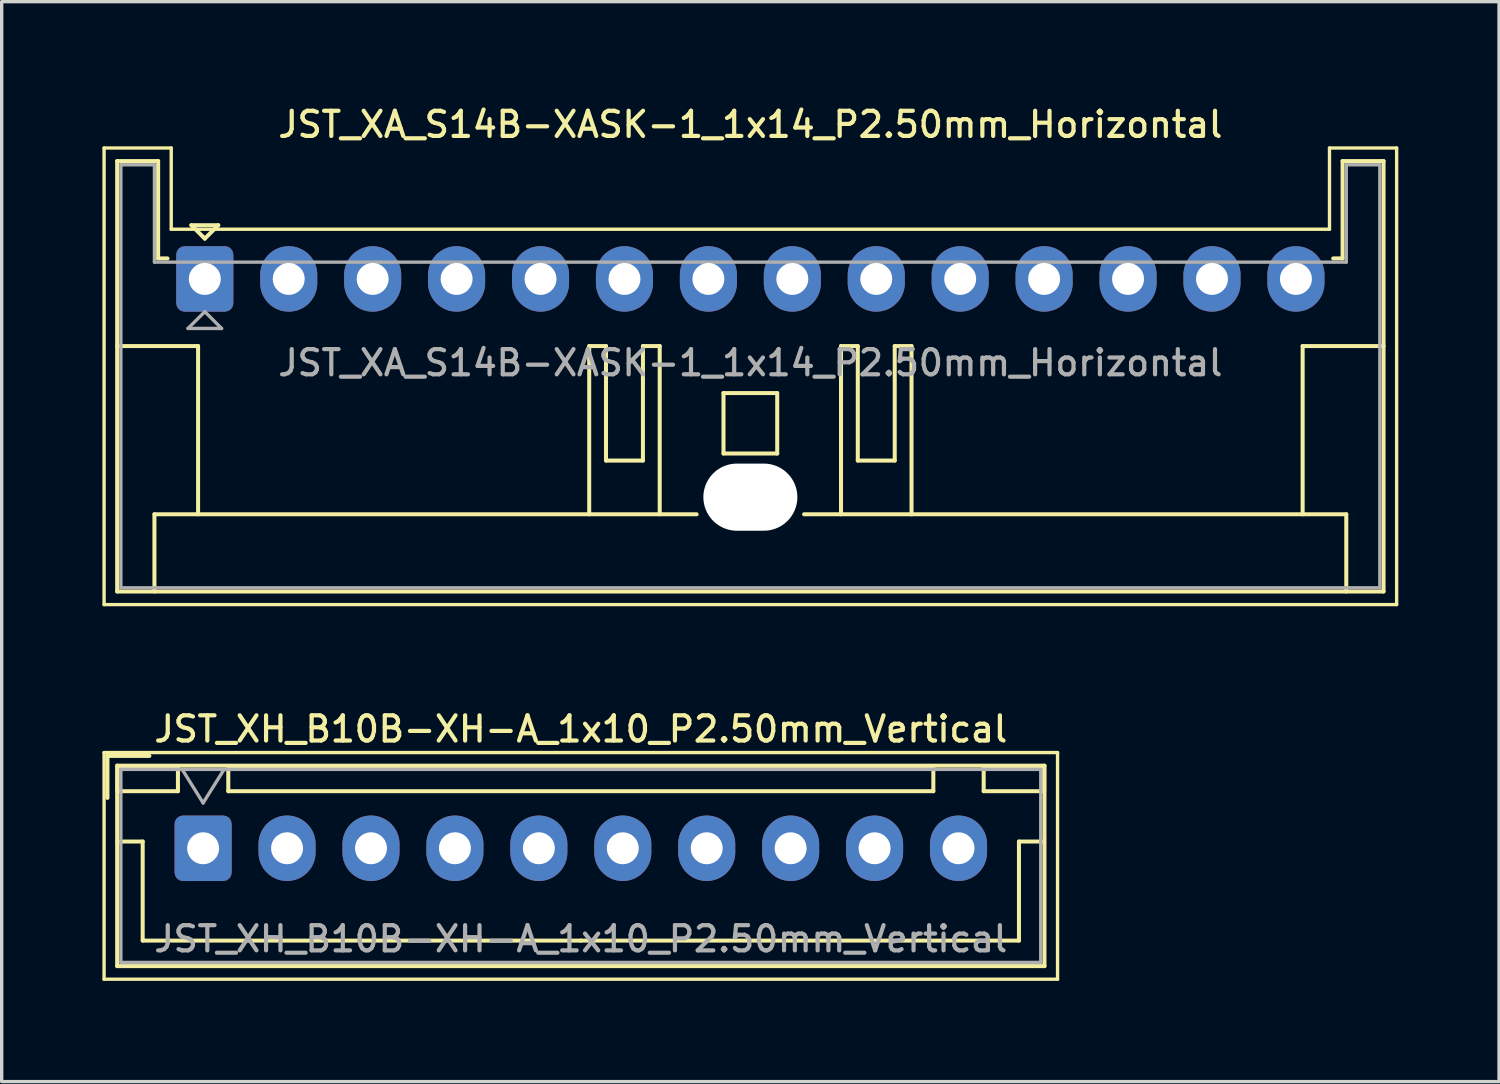
<source format=kicad_pcb>
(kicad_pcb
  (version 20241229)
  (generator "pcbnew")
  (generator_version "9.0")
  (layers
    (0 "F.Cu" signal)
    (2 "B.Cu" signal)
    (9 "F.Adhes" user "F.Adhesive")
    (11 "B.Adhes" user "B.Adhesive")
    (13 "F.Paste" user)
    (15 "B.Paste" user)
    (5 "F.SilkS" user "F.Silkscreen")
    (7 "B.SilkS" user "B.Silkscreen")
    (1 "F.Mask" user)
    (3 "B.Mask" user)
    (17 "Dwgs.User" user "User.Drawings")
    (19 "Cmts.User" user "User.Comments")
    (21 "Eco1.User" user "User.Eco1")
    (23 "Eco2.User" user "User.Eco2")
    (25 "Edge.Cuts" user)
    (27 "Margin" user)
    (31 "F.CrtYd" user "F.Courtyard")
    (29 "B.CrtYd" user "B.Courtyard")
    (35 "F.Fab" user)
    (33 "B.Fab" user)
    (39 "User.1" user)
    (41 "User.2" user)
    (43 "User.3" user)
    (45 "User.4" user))
  (footprint "JST_XH_B10B-XH-A_1x10_P2.50mm_Vertical"
    (layer "F.Cu")
    (at 3 22.216)
    (property "Reference" "JST_XH_B10B-XH-A_1x10_P2.50mm_Vertical" (at 11.25 -3.55 0) (layer "F.SilkS") (effects (font (size 0.75 0.75) (thickness 0.125))))
    (attr through_hole)
    (fp_line (start -2.95 -2.85) (end -2.95 3.9) (stroke (width 0.1) (type solid)) (layer "F.SilkS"))
    (fp_line (start -2.95 3.9) (end 25.45 3.9) (stroke (width 0.1) (type solid)) (layer "F.SilkS"))
    (fp_line (start -2.85 -2.75) (end -2.85 -1.5) (stroke (width 0.12) (type solid)) (layer "F.SilkS"))
    (fp_line (start -2.56 -2.46) (end -2.56 3.51) (stroke (width 0.12) (type solid)) (layer "F.SilkS"))
    (fp_line (start -2.56 3.51) (end 25.06 3.51) (stroke (width 0.12) (type solid)) (layer "F.SilkS"))
    (fp_line (start -2.55 -2.45) (end -2.55 -1.7) (stroke (width 0.12) (type solid)) (layer "F.SilkS"))
    (fp_line (start -2.55 -1.7) (end -0.75 -1.7) (stroke (width 0.12) (type solid)) (layer "F.SilkS"))
    (fp_line (start -2.55 -0.2) (end -1.8 -0.2) (stroke (width 0.12) (type solid)) (layer "F.SilkS"))
    (fp_line (start -1.8 -0.2) (end -1.8 2.75) (stroke (width 0.12) (type solid)) (layer "F.SilkS"))
    (fp_line (start -1.8 2.75) (end 11.25 2.75) (stroke (width 0.12) (type solid)) (layer "F.SilkS"))
    (fp_line (start -1.6 -2.75) (end -2.85 -2.75) (stroke (width 0.12) (type solid)) (layer "F.SilkS"))
    (fp_line (start -0.75 -2.45) (end -2.55 -2.45) (stroke (width 0.12) (type solid)) (layer "F.SilkS"))
    (fp_line (start -0.75 -1.7) (end -0.75 -2.45) (stroke (width 0.12) (type solid)) (layer "F.SilkS"))
    (fp_line (start 0.75 -2.45) (end 0.75 -1.7) (stroke (width 0.12) (type solid)) (layer "F.SilkS"))
    (fp_line (start 0.75 -1.7) (end 21.75 -1.7) (stroke (width 0.12) (type solid)) (layer "F.SilkS"))
    (fp_line (start 21.75 -2.45) (end 0.75 -2.45) (stroke (width 0.12) (type solid)) (layer "F.SilkS"))
    (fp_line (start 21.75 -1.7) (end 21.75 -2.45) (stroke (width 0.12) (type solid)) (layer "F.SilkS"))
    (fp_line (start 23.25 -2.45) (end 23.25 -1.7) (stroke (width 0.12) (type solid)) (layer "F.SilkS"))
    (fp_line (start 23.25 -1.7) (end 25.05 -1.7) (stroke (width 0.12) (type solid)) (layer "F.SilkS"))
    (fp_line (start 24.3 -0.2) (end 24.3 2.75) (stroke (width 0.12) (type solid)) (layer "F.SilkS"))
    (fp_line (start 24.3 2.75) (end 11.25 2.75) (stroke (width 0.12) (type solid)) (layer "F.SilkS"))
    (fp_line (start 25.05 -2.45) (end 23.25 -2.45) (stroke (width 0.12) (type solid)) (layer "F.SilkS"))
    (fp_line (start 25.05 -1.7) (end 25.05 -2.45) (stroke (width 0.12) (type solid)) (layer "F.SilkS"))
    (fp_line (start 25.05 -0.2) (end 24.3 -0.2) (stroke (width 0.12) (type solid)) (layer "F.SilkS"))
    (fp_line (start 25.06 -2.46) (end -2.56 -2.46) (stroke (width 0.12) (type solid)) (layer "F.SilkS"))
    (fp_line (start 25.06 3.51) (end 25.06 -2.46) (stroke (width 0.12) (type solid)) (layer "F.SilkS"))
    (fp_line (start 25.45 -2.85) (end -2.95 -2.85) (stroke (width 0.1) (type solid)) (layer "F.SilkS"))
    (fp_line (start 25.45 3.9) (end 25.45 -2.85) (stroke (width 0.1) (type solid)) (layer "F.SilkS"))
    (fp_line (start -2.45 -2.35) (end -2.45 3.4) (stroke (width 0.1) (type solid)) (layer "F.Fab"))
    (fp_line (start -2.45 3.4) (end 24.95 3.4) (stroke (width 0.1) (type solid)) (layer "F.Fab"))
    (fp_line (start -0.625 -2.35) (end 0 -1.35) (stroke (width 0.1) (type solid)) (layer "F.Fab"))
    (fp_line (start 0 -1.35) (end 0.625 -2.35) (stroke (width 0.1) (type solid)) (layer "F.Fab"))
    (fp_line (start 24.95 -2.35) (end -2.45 -2.35) (stroke (width 0.1) (type solid)) (layer "F.Fab"))
    (fp_line (start 24.95 3.4) (end 24.95 -2.35) (stroke (width 0.1) (type solid)) (layer "F.Fab"))
    (fp_text user "${REFERENCE}" (at 11.25 2.7 0) (layer "F.Fab") (effects (font (size 0.75 0.75) (thickness 0.125))))
    (pad "1" thru_hole roundrect (at 0 0) (size 1.7 1.95) (drill 0.95) (layers "*.Cu" "*.Mask") (roundrect_rratio 0.147))
    (pad "2" thru_hole oval (at 2.5 0) (size 1.7 1.95) (drill 0.95) (layers "*.Cu" "*.Mask"))
    (pad "3" thru_hole oval (at 5 0) (size 1.7 1.95) (drill 0.95) (layers "*.Cu" "*.Mask"))
    (pad "4" thru_hole oval (at 7.5 0) (size 1.7 1.95) (drill 0.95) (layers "*.Cu" "*.Mask"))
    (pad "5" thru_hole oval (at 10 0) (size 1.7 1.95) (drill 0.95) (layers "*.Cu" "*.Mask"))
    (pad "6" thru_hole oval (at 12.5 0) (size 1.7 1.95) (drill 0.95) (layers "*.Cu" "*.Mask"))
    (pad "7" thru_hole oval (at 15 0) (size 1.7 1.95) (drill 0.95) (layers "*.Cu" "*.Mask"))
    (pad "8" thru_hole oval (at 17.5 0) (size 1.7 1.95) (drill 0.95) (layers "*.Cu" "*.Mask"))
    (pad "9" thru_hole oval (at 20 0) (size 1.7 1.95) (drill 0.95) (layers "*.Cu" "*.Mask"))
    (pad "10" thru_hole oval (at 22.5 0) (size 1.7 1.95) (drill 0.95) (layers "*.Cu" "*.Mask")))
  (footprint "JST_XA_S14B-XASK-1_1x14_P2.50mm_Horizontal"
    (layer "F.Cu")
    (at 3.05 5.258)
    (property "Reference" "JST_XA_S14B-XASK-1_1x14_P2.50mm_Horizontal" (at 16.25 -4.6 0) (layer "F.SilkS") (effects (font (size 0.75 0.75) (thickness 0.125))))
    (attr through_hole)
    (fp_line (start -3 -3.9) (end -3 9.7) (stroke (width 0.1) (type solid)) (layer "F.SilkS"))
    (fp_line (start -3 9.7) (end 35.5 9.7) (stroke (width 0.1) (type solid)) (layer "F.SilkS"))
    (fp_line (start -2.61 -3.51) (end -2.61 9.31) (stroke (width 0.12) (type solid)) (layer "F.SilkS"))
    (fp_line (start -2.61 9.31) (end 35.11 9.31) (stroke (width 0.12) (type solid)) (layer "F.SilkS"))
    (fp_line (start -1.5 7.01) (end 14.65 7.01) (stroke (width 0.12) (type solid)) (layer "F.SilkS"))
    (fp_line (start -1.5 9.31) (end -1.5 7.01) (stroke (width 0.12) (type solid)) (layer "F.SilkS"))
    (fp_line (start -1.39 -3.51) (end -2.61 -3.51) (stroke (width 0.12) (type solid)) (layer "F.SilkS"))
    (fp_line (start -1.39 -0.61) (end -1.39 -3.51) (stroke (width 0.12) (type solid)) (layer "F.SilkS"))
    (fp_line (start -1.11 -0.61) (end -1.39 -0.61) (stroke (width 0.12) (type solid)) (layer "F.SilkS"))
    (fp_line (start -1 -3.9) (end -3 -3.9) (stroke (width 0.1) (type solid)) (layer "F.SilkS"))
    (fp_line (start -1 -1.48) (end -1 -3.9) (stroke (width 0.1) (type solid)) (layer "F.SilkS"))
    (fp_line (start -0.4 -1.6) (end 0.4 -1.6) (stroke (width 0.12) (type solid)) (layer "F.SilkS"))
    (fp_line (start -0.2 2) (end -2.61 2) (stroke (width 0.12) (type solid)) (layer "F.SilkS"))
    (fp_line (start -0.2 7.01) (end -0.2 2) (stroke (width 0.12) (type solid)) (layer "F.SilkS"))
    (fp_line (start 0 -1.2) (end -0.4 -1.6) (stroke (width 0.12) (type solid)) (layer "F.SilkS"))
    (fp_line (start 0.4 -1.6) (end 0 -1.2) (stroke (width 0.12) (type solid)) (layer "F.SilkS"))
    (fp_line (start 11.45 2) (end 11.45 7.01) (stroke (width 0.12) (type solid)) (layer "F.SilkS"))
    (fp_line (start 11.95 2) (end 11.45 2) (stroke (width 0.12) (type solid)) (layer "F.SilkS"))
    (fp_line (start 11.95 5.41) (end 11.95 2) (stroke (width 0.12) (type solid)) (layer "F.SilkS"))
    (fp_line (start 13.05 2) (end 13.05 5.41) (stroke (width 0.12) (type solid)) (layer "F.SilkS"))
    (fp_line (start 13.05 5.41) (end 11.95 5.41) (stroke (width 0.12) (type solid)) (layer "F.SilkS"))
    (fp_line (start 13.55 2) (end 13.05 2) (stroke (width 0.12) (type solid)) (layer "F.SilkS"))
    (fp_line (start 13.55 7.01) (end 13.55 2) (stroke (width 0.12) (type solid)) (layer "F.SilkS"))
    (fp_line (start 15.45 3.4) (end 17.05 3.4) (stroke (width 0.12) (type solid)) (layer "F.SilkS"))
    (fp_line (start 15.45 5.2) (end 15.45 3.4) (stroke (width 0.12) (type solid)) (layer "F.SilkS"))
    (fp_line (start 17.05 3.4) (end 17.05 5.2) (stroke (width 0.12) (type solid)) (layer "F.SilkS"))
    (fp_line (start 17.05 5.2) (end 15.45 5.2) (stroke (width 0.12) (type solid)) (layer "F.SilkS"))
    (fp_line (start 17.85 7.01) (end 34 7.01) (stroke (width 0.12) (type solid)) (layer "F.SilkS"))
    (fp_line (start 18.95 2) (end 19.45 2) (stroke (width 0.12) (type solid)) (layer "F.SilkS"))
    (fp_line (start 18.95 7.01) (end 18.95 2) (stroke (width 0.12) (type solid)) (layer "F.SilkS"))
    (fp_line (start 19.45 2) (end 19.45 5.41) (stroke (width 0.12) (type solid)) (layer "F.SilkS"))
    (fp_line (start 19.45 5.41) (end 20.55 5.41) (stroke (width 0.12) (type solid)) (layer "F.SilkS"))
    (fp_line (start 20.55 2) (end 21.05 2) (stroke (width 0.12) (type solid)) (layer "F.SilkS"))
    (fp_line (start 20.55 5.41) (end 20.55 2) (stroke (width 0.12) (type solid)) (layer "F.SilkS"))
    (fp_line (start 21.05 2) (end 21.05 7.01) (stroke (width 0.12) (type solid)) (layer "F.SilkS"))
    (fp_line (start 32.7 2) (end 35.11 2) (stroke (width 0.12) (type solid)) (layer "F.SilkS"))
    (fp_line (start 32.7 7.01) (end 32.7 2) (stroke (width 0.12) (type solid)) (layer "F.SilkS"))
    (fp_line (start 33.5 -3.9) (end 33.5 -1.48) (stroke (width 0.1) (type solid)) (layer "F.SilkS"))
    (fp_line (start 33.5 -1.48) (end -1 -1.48) (stroke (width 0.1) (type solid)) (layer "F.SilkS"))
    (fp_line (start 33.89 -3.51) (end 33.89 -0.61) (stroke (width 0.12) (type solid)) (layer "F.SilkS"))
    (fp_line (start 33.89 -0.61) (end 33.61 -0.61) (stroke (width 0.12) (type solid)) (layer "F.SilkS"))
    (fp_line (start 34 7.01) (end 34 9.31) (stroke (width 0.12) (type solid)) (layer "F.SilkS"))
    (fp_line (start 35.11 -3.51) (end 33.89 -3.51) (stroke (width 0.12) (type solid)) (layer "F.SilkS"))
    (fp_line (start 35.11 9.31) (end 35.11 -3.51) (stroke (width 0.12) (type solid)) (layer "F.SilkS"))
    (fp_line (start 35.5 -3.9) (end 33.5 -3.9) (stroke (width 0.1) (type solid)) (layer "F.SilkS"))
    (fp_line (start 35.5 9.7) (end 35.5 -3.9) (stroke (width 0.1) (type solid)) (layer "F.SilkS"))
    (fp_line (start -2.5 -3.4) (end -2.5 9.2) (stroke (width 0.1) (type solid)) (layer "F.Fab"))
    (fp_line (start -2.5 9.2) (end 35 9.2) (stroke (width 0.1) (type solid)) (layer "F.Fab"))
    (fp_line (start -1.5 -3.4) (end -2.5 -3.4) (stroke (width 0.1) (type solid)) (layer "F.Fab"))
    (fp_line (start -1.5 -0.5) (end -1.5 -3.4) (stroke (width 0.1) (type solid)) (layer "F.Fab"))
    (fp_line (start -0.5 1.475) (end 0.5 1.475) (stroke (width 0.1) (type solid)) (layer "F.Fab"))
    (fp_line (start 0 0.975) (end -0.5 1.475) (stroke (width 0.1) (type solid)) (layer "F.Fab"))
    (fp_line (start 0.5 1.475) (end 0 0.975) (stroke (width 0.1) (type solid)) (layer "F.Fab"))
    (fp_line (start 34 -3.4) (end 34 -0.5) (stroke (width 0.1) (type solid)) (layer "F.Fab"))
    (fp_line (start 34 -0.5) (end -1.5 -0.5) (stroke (width 0.1) (type solid)) (layer "F.Fab"))
    (fp_line (start 35 -3.4) (end 34 -3.4) (stroke (width 0.1) (type solid)) (layer "F.Fab"))
    (fp_line (start 35 9.2) (end 35 -3.4) (stroke (width 0.1) (type solid)) (layer "F.Fab"))
    (fp_text user "${REFERENCE}" (at 16.25 2.5 0) (layer "F.Fab") (effects (font (size 0.75 0.75) (thickness 0.125))))
    (pad "" np_thru_hole oval (at 16.25 6.5) (size 2.8 2) (drill oval 2.8 2) (layers "*.Cu" "*.Mask"))
    (pad "1" thru_hole roundrect (at 0 0) (size 1.7 1.95) (drill 0.95) (layers "*.Cu" "*.Mask") (roundrect_rratio 0.147))
    (pad "2" thru_hole oval (at 2.5 0) (size 1.7 1.95) (drill 0.95) (layers "*.Cu" "*.Mask"))
    (pad "3" thru_hole oval (at 5 0) (size 1.7 1.95) (drill 0.95) (layers "*.Cu" "*.Mask"))
    (pad "4" thru_hole oval (at 7.5 0) (size 1.7 1.95) (drill 0.95) (layers "*.Cu" "*.Mask"))
    (pad "5" thru_hole oval (at 10 0) (size 1.7 1.95) (drill 0.95) (layers "*.Cu" "*.Mask"))
    (pad "6" thru_hole oval (at 12.5 0) (size 1.7 1.95) (drill 0.95) (layers "*.Cu" "*.Mask"))
    (pad "7" thru_hole oval (at 15 0) (size 1.7 1.95) (drill 0.95) (layers "*.Cu" "*.Mask"))
    (pad "8" thru_hole oval (at 17.5 0) (size 1.7 1.95) (drill 0.95) (layers "*.Cu" "*.Mask"))
    (pad "9" thru_hole oval (at 20 0) (size 1.7 1.95) (drill 0.95) (layers "*.Cu" "*.Mask"))
    (pad "10" thru_hole oval (at 22.5 0) (size 1.7 1.95) (drill 0.95) (layers "*.Cu" "*.Mask"))
    (pad "11" thru_hole oval (at 25 0) (size 1.7 1.95) (drill 0.95) (layers "*.Cu" "*.Mask"))
    (pad "12" thru_hole oval (at 27.5 0) (size 1.7 1.95) (drill 0.95) (layers "*.Cu" "*.Mask"))
    (pad "13" thru_hole oval (at 30 0) (size 1.7 1.95) (drill 0.95) (layers "*.Cu" "*.Mask"))
    (pad "14" thru_hole oval (at 32.5 0) (size 1.7 1.95) (drill 0.95) (layers "*.Cu" "*.Mask")))
  (gr_rect
    (start -3 -3)
    (end 41.6 29.166)
    (stroke (width 0.1) (type default))
    (fill no)
    (layer "Edge.Cuts")))
</source>
